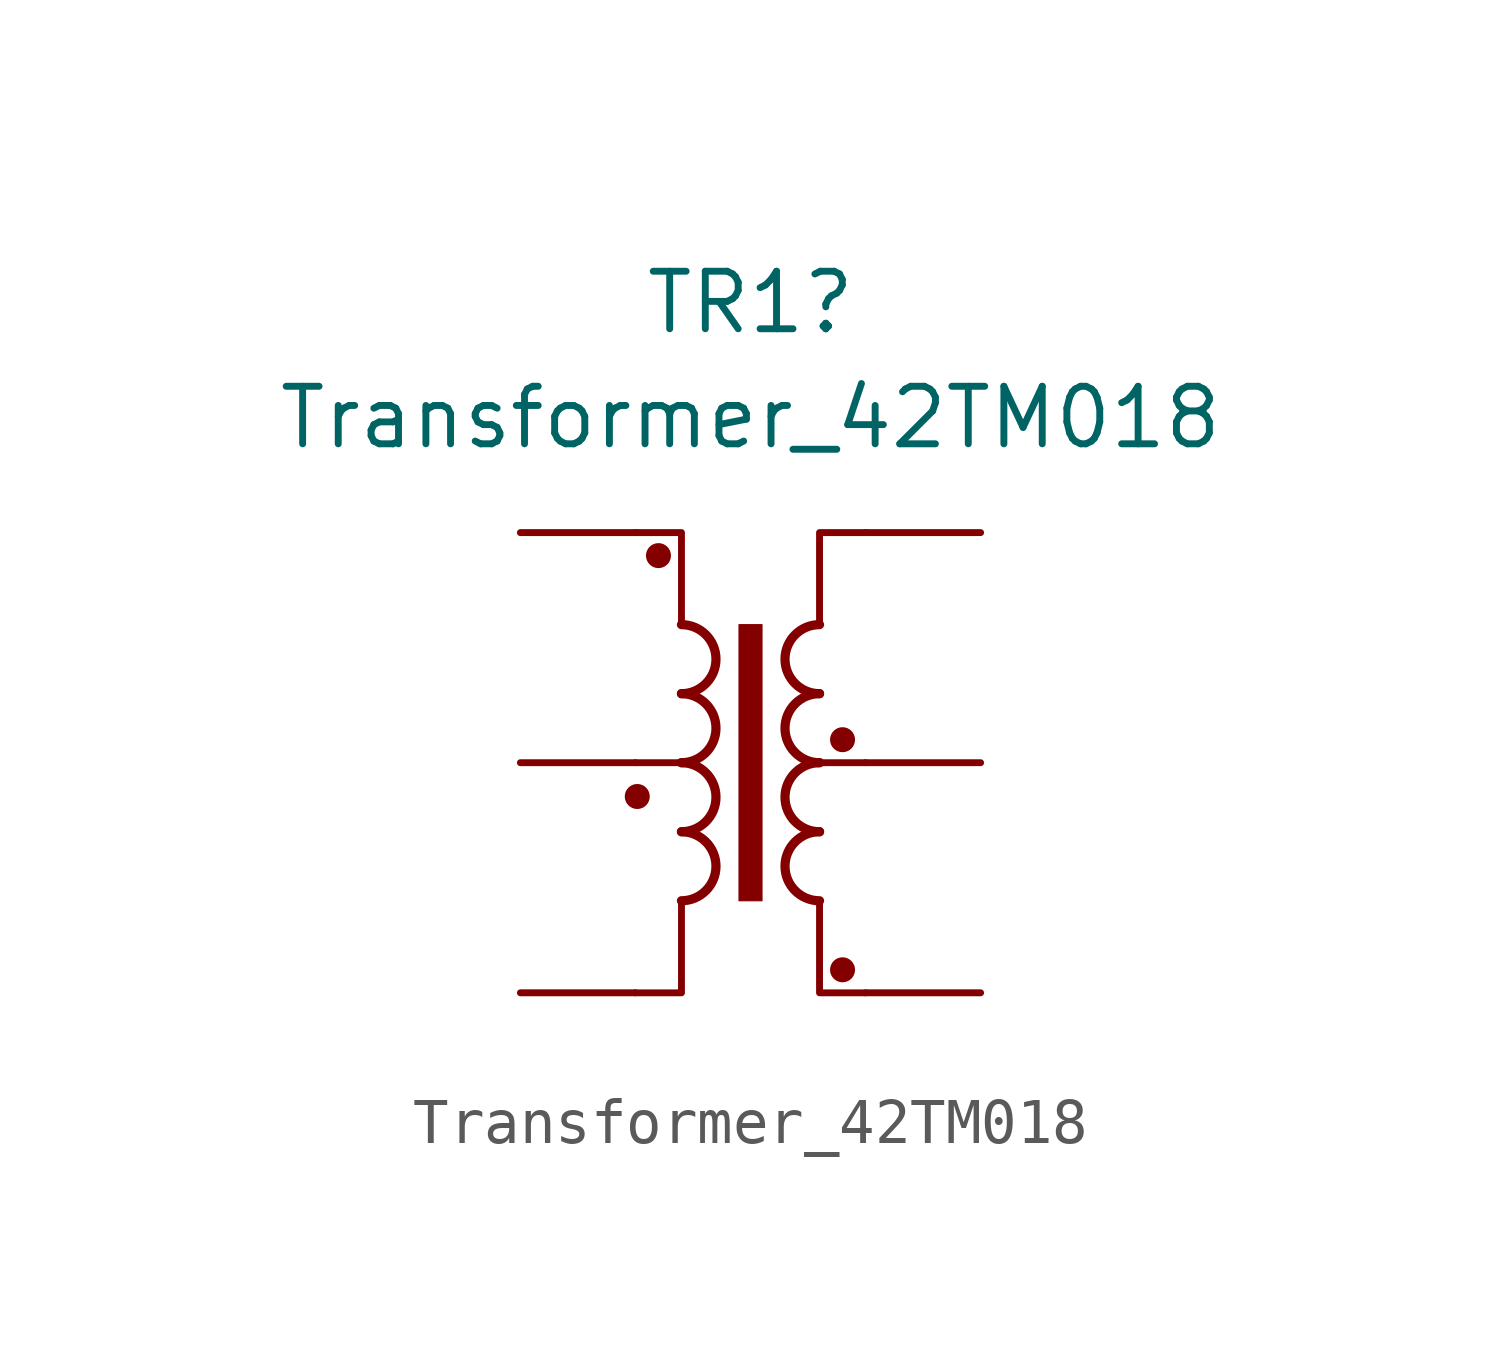
<source format=kicad_sym>
(kicad_symbol_lib
  (version 20241209)
  (generator "kicad_symbol_editor")
  (generator_version "9.0")
  (symbol "Transformer_42TM018"
    (pin_numbers
      (hide yes))
    (pin_names
      (offset 0))
    (property "Reference" "TR1"
      (at 0 10.16 0)
      (effects (font (size 1.27 1.27))))
    (property "Value" "Transformer_42TM018"
      (at 0 7.62 0)
      (effects (font (size 1.27 1.27))))
    (symbol "Transformer_42TM018_0_1"
      (polyline (pts (xy -2.54 5.08) (xy -1.524 5.08) (xy -1.524 3.048)) (stroke (width 0.152) (type default)) (fill (type none)))
      (circle (center -2.5 -0.746) (radius 0.2) (stroke (width 0) (type default)) (fill (type outline)))
      (circle (center -2.032 4.572) (radius 0.2) (stroke (width 0) (type default)) (fill (type outline)))
      (arc (start -1.524 3.048) (mid -0.7653 2.286) (end -1.524 1.524) (stroke (width 0.2032) (type default)) (fill (type none)))
      (arc (start -1.524 1.524) (mid -0.7653 0.762) (end -1.524 0) (stroke (width 0.2032) (type default)) (fill (type none)))
      (arc (start -1.524 0) (mid -0.7653 -0.762) (end -1.524 -1.524) (stroke (width 0.2032) (type default)) (fill (type none)))
      (arc (start -1.524 -1.524) (mid -0.7653 -2.286) (end -1.524 -3.048) (stroke (width 0.2032) (type default)) (fill (type none)))
      (polyline (pts (xy -1.524 0) (xy -2.54 0)) (stroke (width 0) (type default)) (fill (type outline)))
      (polyline (pts (xy -1.524 -3.048) (xy -1.524 -5.08) (xy -2.54 -5.08)) (stroke (width 0.152) (type default)) (fill (type none)))
      (rectangle (start -0.254 3.048) (end 0.254 -3.048) (stroke (width 0.025) (type default)) (fill (type outline)))
      (polyline (pts (xy 1.524 3.048) (xy 1.524 5.08) (xy 2.54 5.08)) (stroke (width 0.152) (type default)) (fill (type none)))
      (polyline (pts (xy 1.524 0) (xy 2.54 0)) (stroke (width 0) (type default)) (fill (type outline)))
      (arc (start 1.524 1.524) (mid 0.7653 2.286) (end 1.524 3.048) (stroke (width 0.2032) (type default)) (fill (type none)))
      (arc (start 1.524 0) (mid 0.7653 0.762) (end 1.524 1.524) (stroke (width 0.2032) (type default)) (fill (type none)))
      (arc (start 1.524 -1.524) (mid 0.7653 -0.762) (end 1.524 0) (stroke (width 0.2032) (type default)) (fill (type none)))
      (arc (start 1.524 -3.048) (mid 0.7653 -2.286) (end 1.524 -1.524) (stroke (width 0.2032) (type default)) (fill (type none)))
      (circle (center 2.032 0.508) (radius 0.2) (stroke (width 0) (type default)) (fill (type outline)))
      (circle (center 2.032 -4.572) (radius 0.2) (stroke (width 0) (type default)) (fill (type outline)))
      (polyline (pts (xy 2.54 -5.08) (xy 1.524 -5.08) (xy 1.524 -3.048)) (stroke (width 0.152) (type default)) (fill (type none))))
    (symbol "Transformer_42TM018_1_1"
      (pin passive line (at -5.08 5.08 0) (length 2.54) (name "~" (effects (font (size 1.27 1.27)))) (number "1" (effects (font (size 1.27 1.27)))))
      (pin passive line (at -5.08 0 0) (length 2.54) (name "~" (effects (font (size 1.27 1.27)))) (number "2" (effects (font (size 1.27 1.27)))))
      (pin passive line (at -5.08 -5.08 0) (length 2.54) (name "~" (effects (font (size 1.27 1.27)))) (number "3" (effects (font (size 1.27 1.27)))))
      (pin passive line (at 5.08 5.08 180) (length 2.54) (name "~" (effects (font (size 1.27 1.27)))) (number "6" (effects (font (size 1.27 1.27)))))
      (pin passive line (at 5.08 0 180) (length 2.54) (name "~" (effects (font (size 1.27 1.27)))) (number "5" (effects (font (size 1.27 1.27)))))
      (pin passive line (at 5.08 -5.08 180) (length 2.54) (name "~" (effects (font (size 1.27 1.27)))) (number "4" (effects (font (size 1.27 1.27))))))))
</source>
